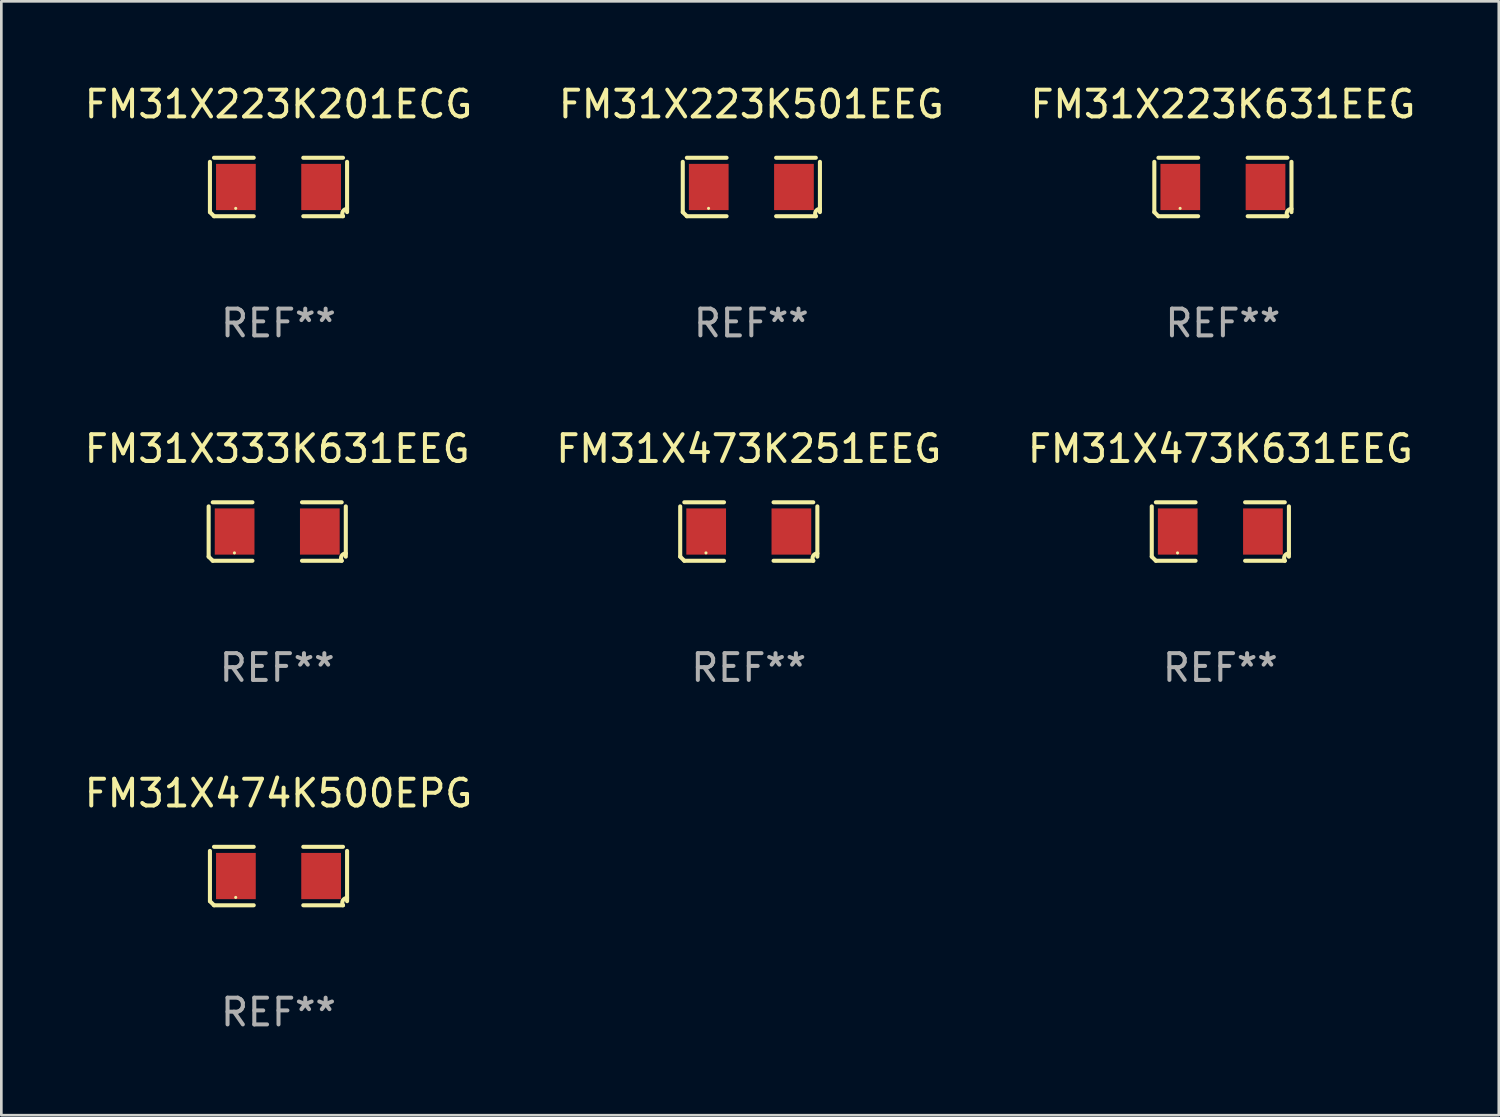
<source format=kicad_pcb>
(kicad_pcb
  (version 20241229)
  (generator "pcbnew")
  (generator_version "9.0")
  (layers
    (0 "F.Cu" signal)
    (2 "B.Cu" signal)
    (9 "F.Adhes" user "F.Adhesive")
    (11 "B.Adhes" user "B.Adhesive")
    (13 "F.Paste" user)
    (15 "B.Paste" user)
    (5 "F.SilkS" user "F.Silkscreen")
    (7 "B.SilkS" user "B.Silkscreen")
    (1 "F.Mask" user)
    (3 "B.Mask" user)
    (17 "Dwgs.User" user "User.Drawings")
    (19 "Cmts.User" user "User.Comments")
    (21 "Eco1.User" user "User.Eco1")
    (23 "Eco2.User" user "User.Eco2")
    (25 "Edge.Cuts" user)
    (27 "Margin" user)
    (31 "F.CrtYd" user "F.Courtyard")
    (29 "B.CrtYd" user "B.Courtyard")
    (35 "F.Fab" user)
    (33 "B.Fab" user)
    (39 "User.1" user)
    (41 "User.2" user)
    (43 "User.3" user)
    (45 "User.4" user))
  (footprint "FM31X474K500EPG"
    (layer "F.Cu")
    (at 7.363 29.704)
    (property "Reference" "FM31X474K500EPG" (at 0 -3.093 0) (layer "F.SilkS") (effects (font (size 1 1) (thickness 0.15))))
    (attr through_hole)
    (fp_line (start -2.564 0.94) (end -2.564 -0.94) (stroke (width 0.152) (type solid)) (layer "F.SilkS"))
    (fp_line (start -2.411 -1.093) (end -0.926 -1.093) (stroke (width 0.152) (type solid)) (layer "F.SilkS"))
    (fp_line (start -0.926 1.093) (end -2.411 1.093) (stroke (width 0.152) (type solid)) (layer "F.SilkS"))
    (fp_line (start 0.926 1.093) (end 2.411 1.093) (stroke (width 0.152) (type solid)) (layer "F.SilkS"))
    (fp_line (start 2.411 -1.093) (end 0.926 -1.093) (stroke (width 0.152) (type solid)) (layer "F.SilkS"))
    (fp_line (start 2.564 0.94) (end 2.564 -0.94) (stroke (width 0.152) (type solid)) (layer "F.SilkS"))
    (fp_arc (start -2.411201 1.092609) (mid -2.487413 1.01642) (end -2.563602 0.940208) (stroke (width 0.1524) (type solid)) (layer "F.SilkS"))
    (fp_arc (start 2.411201 1.092609) (mid 2.407159 0.911226) (end 2.563602 0.819347) (stroke (width 0.1524) (type solid)) (layer "F.SilkS"))
    (fp_circle (center -1.6 0.8) (end -1.57 0.8) (stroke (width 0.06) (type solid)) (fill no) (layer "F.SilkS"))
    (fp_text user "REF**" (at 0 5.093 0) (layer "F.Fab") (effects (font (size 1 1) (thickness 0.15))))
    (pad "1" smd rect (at -1.593 0) (size 1.485 1.728) (layers "F.Cu" "F.Mask" "F.Paste"))
    (pad "2" smd rect (at 1.593 0) (size 1.485 1.728) (layers "F.Cu" "F.Mask" "F.Paste")))
  (footprint "FM31X473K251EEG"
    (layer "F.Cu")
    (at 24.946 16.823)
    (property "Reference" "FM31X473K251EEG" (at 0 -3.093 0) (layer "F.SilkS") (effects (font (size 1 1) (thickness 0.15))))
    (attr through_hole)
    (fp_line (start -2.564 0.94) (end -2.564 -0.94) (stroke (width 0.152) (type solid)) (layer "F.SilkS"))
    (fp_line (start -2.411 -1.093) (end -0.926 -1.093) (stroke (width 0.152) (type solid)) (layer "F.SilkS"))
    (fp_line (start -0.926 1.093) (end -2.411 1.093) (stroke (width 0.152) (type solid)) (layer "F.SilkS"))
    (fp_line (start 0.926 1.093) (end 2.411 1.093) (stroke (width 0.152) (type solid)) (layer "F.SilkS"))
    (fp_line (start 2.411 -1.093) (end 0.926 -1.093) (stroke (width 0.152) (type solid)) (layer "F.SilkS"))
    (fp_line (start 2.564 0.94) (end 2.564 -0.94) (stroke (width 0.152) (type solid)) (layer "F.SilkS"))
    (fp_arc (start -2.411201 1.092609) (mid -2.487413 1.01642) (end -2.563602 0.940208) (stroke (width 0.1524) (type solid)) (layer "F.SilkS"))
    (fp_arc (start 2.411201 1.092609) (mid 2.407159 0.911226) (end 2.563602 0.819347) (stroke (width 0.1524) (type solid)) (layer "F.SilkS"))
    (fp_circle (center -1.6 0.8) (end -1.57 0.8) (stroke (width 0.06) (type solid)) (fill no) (layer "F.SilkS"))
    (fp_text user "REF**" (at 0 5.093 0) (layer "F.Fab") (effects (font (size 1 1) (thickness 0.15))))
    (pad "1" smd rect (at -1.593 0) (size 1.485 1.728) (layers "F.Cu" "F.Mask" "F.Paste"))
    (pad "2" smd rect (at 1.593 0) (size 1.485 1.728) (layers "F.Cu" "F.Mask" "F.Paste")))
  (footprint "FM31X223K631EEG"
    (layer "F.Cu")
    (at 42.673 3.941)
    (property "Reference" "FM31X223K631EEG" (at 0 -3.093 0) (layer "F.SilkS") (effects (font (size 1 1) (thickness 0.15))))
    (attr through_hole)
    (fp_line (start -2.564 0.94) (end -2.564 -0.94) (stroke (width 0.152) (type solid)) (layer "F.SilkS"))
    (fp_line (start -2.411 -1.093) (end -0.926 -1.093) (stroke (width 0.152) (type solid)) (layer "F.SilkS"))
    (fp_line (start -0.926 1.093) (end -2.411 1.093) (stroke (width 0.152) (type solid)) (layer "F.SilkS"))
    (fp_line (start 0.926 1.093) (end 2.411 1.093) (stroke (width 0.152) (type solid)) (layer "F.SilkS"))
    (fp_line (start 2.411 -1.093) (end 0.926 -1.093) (stroke (width 0.152) (type solid)) (layer "F.SilkS"))
    (fp_line (start 2.564 0.94) (end 2.564 -0.94) (stroke (width 0.152) (type solid)) (layer "F.SilkS"))
    (fp_arc (start -2.411201 1.092609) (mid -2.487413 1.01642) (end -2.563602 0.940208) (stroke (width 0.1524) (type solid)) (layer "F.SilkS"))
    (fp_arc (start 2.411201 1.092609) (mid 2.407159 0.911226) (end 2.563602 0.819347) (stroke (width 0.1524) (type solid)) (layer "F.SilkS"))
    (fp_circle (center -1.6 0.8) (end -1.57 0.8) (stroke (width 0.06) (type solid)) (fill no) (layer "F.SilkS"))
    (fp_text user "REF**" (at 0 5.093 0) (layer "F.Fab") (effects (font (size 1 1) (thickness 0.15))))
    (pad "1" smd rect (at -1.593 0) (size 1.485 1.728) (layers "F.Cu" "F.Mask" "F.Paste"))
    (pad "2" smd rect (at 1.593 0) (size 1.485 1.728) (layers "F.Cu" "F.Mask" "F.Paste")))
  (footprint "FM31X223K201ECG"
    (layer "F.Cu")
    (at 7.363 3.941)
    (property "Reference" "FM31X223K201ECG" (at 0 -3.093 0) (layer "F.SilkS") (effects (font (size 1 1) (thickness 0.15))))
    (attr through_hole)
    (fp_line (start -2.564 0.94) (end -2.564 -0.94) (stroke (width 0.152) (type solid)) (layer "F.SilkS"))
    (fp_line (start -2.411 -1.093) (end -0.926 -1.093) (stroke (width 0.152) (type solid)) (layer "F.SilkS"))
    (fp_line (start -0.926 1.093) (end -2.411 1.093) (stroke (width 0.152) (type solid)) (layer "F.SilkS"))
    (fp_line (start 0.926 1.093) (end 2.411 1.093) (stroke (width 0.152) (type solid)) (layer "F.SilkS"))
    (fp_line (start 2.411 -1.093) (end 0.926 -1.093) (stroke (width 0.152) (type solid)) (layer "F.SilkS"))
    (fp_line (start 2.564 0.94) (end 2.564 -0.94) (stroke (width 0.152) (type solid)) (layer "F.SilkS"))
    (fp_arc (start -2.411201 1.092609) (mid -2.487413 1.01642) (end -2.563602 0.940208) (stroke (width 0.1524) (type solid)) (layer "F.SilkS"))
    (fp_arc (start 2.411201 1.092609) (mid 2.407159 0.911226) (end 2.563602 0.819347) (stroke (width 0.1524) (type solid)) (layer "F.SilkS"))
    (fp_circle (center -1.6 0.8) (end -1.57 0.8) (stroke (width 0.06) (type solid)) (fill no) (layer "F.SilkS"))
    (fp_text user "REF**" (at 0 5.093 0) (layer "F.Fab") (effects (font (size 1 1) (thickness 0.15))))
    (pad "1" smd rect (at -1.593 0) (size 1.485 1.728) (layers "F.Cu" "F.Mask" "F.Paste"))
    (pad "2" smd rect (at 1.593 0) (size 1.485 1.728) (layers "F.Cu" "F.Mask" "F.Paste")))
  (footprint "FM31X333K631EEG"
    (layer "F.Cu")
    (at 7.315 16.823)
    (property "Reference" "FM31X333K631EEG" (at 0 -3.093 0) (layer "F.SilkS") (effects (font (size 1 1) (thickness 0.15))))
    (attr through_hole)
    (fp_line (start -2.564 0.94) (end -2.564 -0.94) (stroke (width 0.152) (type solid)) (layer "F.SilkS"))
    (fp_line (start -2.411 -1.093) (end -0.926 -1.093) (stroke (width 0.152) (type solid)) (layer "F.SilkS"))
    (fp_line (start -0.926 1.093) (end -2.411 1.093) (stroke (width 0.152) (type solid)) (layer "F.SilkS"))
    (fp_line (start 0.926 1.093) (end 2.411 1.093) (stroke (width 0.152) (type solid)) (layer "F.SilkS"))
    (fp_line (start 2.411 -1.093) (end 0.926 -1.093) (stroke (width 0.152) (type solid)) (layer "F.SilkS"))
    (fp_line (start 2.564 0.94) (end 2.564 -0.94) (stroke (width 0.152) (type solid)) (layer "F.SilkS"))
    (fp_arc (start -2.411201 1.092609) (mid -2.487413 1.01642) (end -2.563602 0.940208) (stroke (width 0.1524) (type solid)) (layer "F.SilkS"))
    (fp_arc (start 2.411201 1.092609) (mid 2.407159 0.911226) (end 2.563602 0.819347) (stroke (width 0.1524) (type solid)) (layer "F.SilkS"))
    (fp_circle (center -1.6 0.8) (end -1.57 0.8) (stroke (width 0.06) (type solid)) (fill no) (layer "F.SilkS"))
    (fp_text user "REF**" (at 0 5.093 0) (layer "F.Fab") (effects (font (size 1 1) (thickness 0.15))))
    (pad "1" smd rect (at -1.593 0) (size 1.485 1.728) (layers "F.Cu" "F.Mask" "F.Paste"))
    (pad "2" smd rect (at 1.593 0) (size 1.485 1.728) (layers "F.Cu" "F.Mask" "F.Paste")))
  (footprint "FM31X473K631EEG"
    (layer "F.Cu")
    (at 42.577 16.823)
    (property "Reference" "FM31X473K631EEG" (at 0 -3.093 0) (layer "F.SilkS") (effects (font (size 1 1) (thickness 0.15))))
    (attr through_hole)
    (fp_line (start -2.564 0.94) (end -2.564 -0.94) (stroke (width 0.152) (type solid)) (layer "F.SilkS"))
    (fp_line (start -2.411 -1.093) (end -0.926 -1.093) (stroke (width 0.152) (type solid)) (layer "F.SilkS"))
    (fp_line (start -0.926 1.093) (end -2.411 1.093) (stroke (width 0.152) (type solid)) (layer "F.SilkS"))
    (fp_line (start 0.926 1.093) (end 2.411 1.093) (stroke (width 0.152) (type solid)) (layer "F.SilkS"))
    (fp_line (start 2.411 -1.093) (end 0.926 -1.093) (stroke (width 0.152) (type solid)) (layer "F.SilkS"))
    (fp_line (start 2.564 0.94) (end 2.564 -0.94) (stroke (width 0.152) (type solid)) (layer "F.SilkS"))
    (fp_arc (start -2.411201 1.092609) (mid -2.487413 1.01642) (end -2.563602 0.940208) (stroke (width 0.1524) (type solid)) (layer "F.SilkS"))
    (fp_arc (start 2.411201 1.092609) (mid 2.407159 0.911226) (end 2.563602 0.819347) (stroke (width 0.1524) (type solid)) (layer "F.SilkS"))
    (fp_circle (center -1.6 0.8) (end -1.57 0.8) (stroke (width 0.06) (type solid)) (fill no) (layer "F.SilkS"))
    (fp_text user "REF**" (at 0 5.093 0) (layer "F.Fab") (effects (font (size 1 1) (thickness 0.15))))
    (pad "1" smd rect (at -1.593 0) (size 1.485 1.728) (layers "F.Cu" "F.Mask" "F.Paste"))
    (pad "2" smd rect (at 1.593 0) (size 1.485 1.728) (layers "F.Cu" "F.Mask" "F.Paste")))
  (footprint "FM31X223K501EEG"
    (layer "F.Cu")
    (at 25.042 3.941)
    (property "Reference" "FM31X223K501EEG" (at 0 -3.093 0) (layer "F.SilkS") (effects (font (size 1 1) (thickness 0.15))))
    (attr through_hole)
    (fp_line (start -2.564 0.94) (end -2.564 -0.94) (stroke (width 0.152) (type solid)) (layer "F.SilkS"))
    (fp_line (start -2.411 -1.093) (end -0.926 -1.093) (stroke (width 0.152) (type solid)) (layer "F.SilkS"))
    (fp_line (start -0.926 1.093) (end -2.411 1.093) (stroke (width 0.152) (type solid)) (layer "F.SilkS"))
    (fp_line (start 0.926 1.093) (end 2.411 1.093) (stroke (width 0.152) (type solid)) (layer "F.SilkS"))
    (fp_line (start 2.411 -1.093) (end 0.926 -1.093) (stroke (width 0.152) (type solid)) (layer "F.SilkS"))
    (fp_line (start 2.564 0.94) (end 2.564 -0.94) (stroke (width 0.152) (type solid)) (layer "F.SilkS"))
    (fp_arc (start -2.411201 1.092609) (mid -2.487413 1.01642) (end -2.563602 0.940208) (stroke (width 0.1524) (type solid)) (layer "F.SilkS"))
    (fp_arc (start 2.411201 1.092609) (mid 2.407159 0.911226) (end 2.563602 0.819347) (stroke (width 0.1524) (type solid)) (layer "F.SilkS"))
    (fp_circle (center -1.6 0.8) (end -1.57 0.8) (stroke (width 0.06) (type solid)) (fill no) (layer "F.SilkS"))
    (fp_text user "REF**" (at 0 5.093 0) (layer "F.Fab") (effects (font (size 1 1) (thickness 0.15))))
    (pad "1" smd rect (at -1.593 0) (size 1.485 1.728) (layers "F.Cu" "F.Mask" "F.Paste"))
    (pad "2" smd rect (at 1.593 0) (size 1.485 1.728) (layers "F.Cu" "F.Mask" "F.Paste")))
  (gr_rect
    (start -3 -3)
    (end 52.988 38.645)
    (stroke (width 0.1) (type default))
    (fill no)
    (layer "Edge.Cuts")))
</source>
